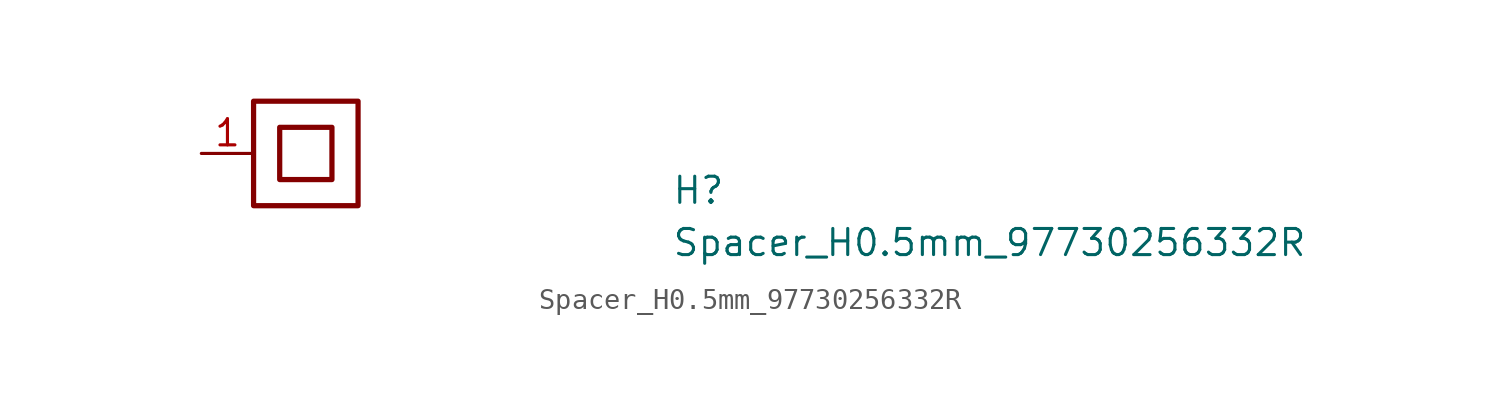
<source format=kicad_sym>
(kicad_symbol_lib
  (version 20211014)
  (generator kicad_symbol_editor)
  (symbol "Spacer_H0.5mm_97730256332R"
    (pin_names hide)
    (property "Reference" "H"
      (at 22.86 -2.54 0)
      (effects (font (size 1.27 1.27) (thickness 0.15)) (justify left bottom)))
    (property "Value" "Spacer_H0.5mm_97730256332R"
      (at 22.86 -5.08 0)
      (effects (font (size 1.27 1.27) (thickness 0.15)) (justify left bottom)))
    (symbol "Spacer_H0.5mm_97730256332R_1_1"
      (rectangle (start 2.54 -2.54) (end 7.62 2.54) (stroke (width 0.254) (type default) (color 0 0 0 0)) (fill (type none)))
      (rectangle (start 3.81 -1.27) (end 6.35 1.27) (stroke (width 0.254) (type default) (color 0 0 0 0)) (fill (type none)))
      (pin passive line (at 0 0 0) (length 2.54) (name "1" (effects (font (size 1.27 1.27)))) (number "1" (effects (font (size 1.27 1.27))))))))
</source>
